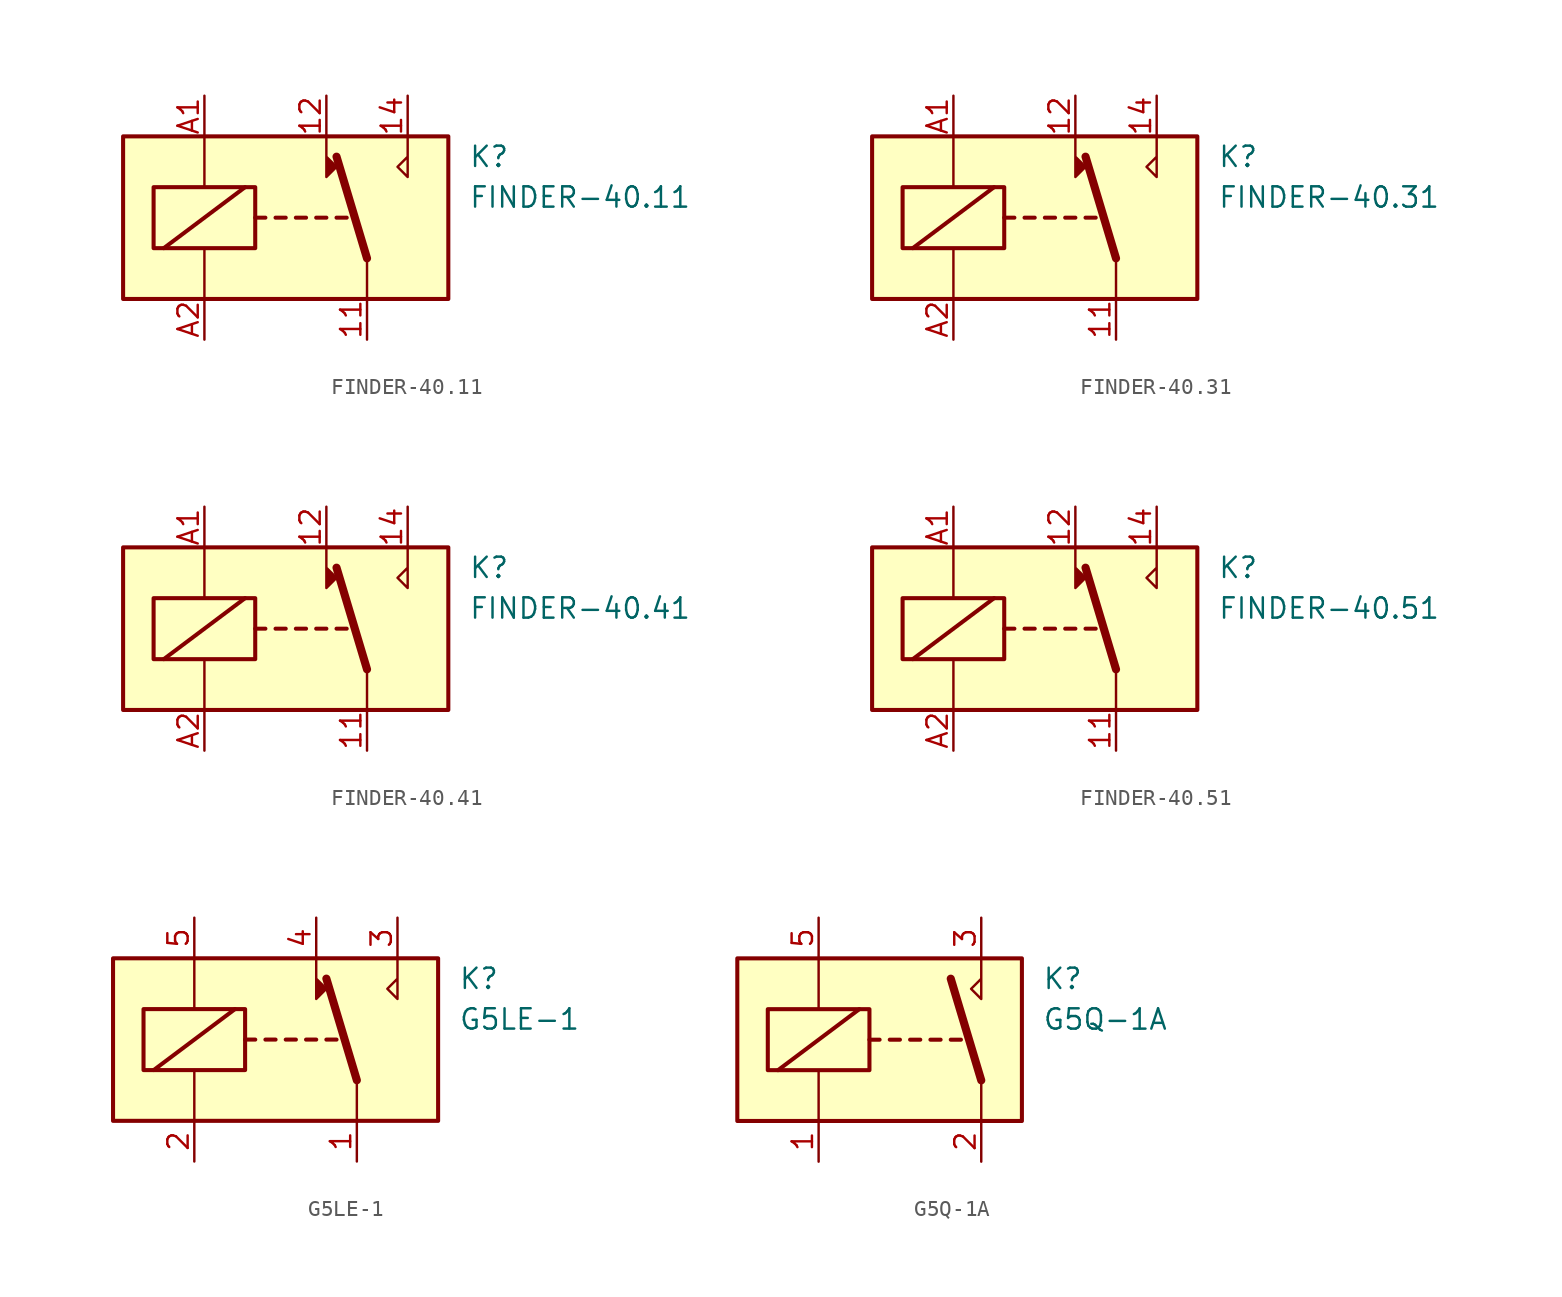
<source format=kicad_sym>
(kicad_symbol_lib
  (version 20200908)
  (generator kicad_symbol_editor)
  (symbol "Relay:FINDER-40.11"
    (property "Reference" "K"
      (at 11.43 3.81 0)
      (effects (font (size 1.27 1.27)) (justify left)))
    (property "Value" "FINDER-40.11"
      (at 11.43 1.27 0)
      (effects (font (size 1.27 1.27)) (justify left)))
    (symbol "FINDER-40.11_0_1"
      (rectangle (start -10.16 5.08) (end 10.16 -5.08) (stroke (width 0.254)) (fill (type background)))
      (rectangle (start -8.255 1.905) (end -1.905 -1.905) (stroke (width 0.254)) (fill (type none)))
      (polyline (pts (xy -7.62 -1.905) (xy -2.54 1.905)) (stroke (width 0.254)) (fill (type none)))
      (polyline (pts (xy -5.08 -5.08) (xy -5.08 -1.905)) (stroke (width 0)) (fill (type none)))
      (polyline (pts (xy -5.08 5.08) (xy -5.08 1.905)) (stroke (width 0)) (fill (type none)))
      (polyline (pts (xy -1.905 0) (xy -1.27 0)) (stroke (width 0.254)) (fill (type none)))
      (polyline (pts (xy -0.635 0) (xy 0 0)) (stroke (width 0.254)) (fill (type none)))
      (polyline (pts (xy 0.635 0) (xy 1.27 0)) (stroke (width 0.254)) (fill (type none)))
      (polyline (pts (xy 1.905 0) (xy 2.54 0)) (stroke (width 0.254)) (fill (type none)))
      (polyline (pts (xy 3.175 0) (xy 3.81 0)) (stroke (width 0.254)) (fill (type none)))
      (polyline (pts (xy 5.08 -2.54) (xy 3.175 3.81)) (stroke (width 0.508)) (fill (type none)))
      (polyline (pts (xy 5.08 -2.54) (xy 5.08 -5.08)) (stroke (width 0)) (fill (type none)))
      (polyline (pts (xy 2.54 5.08) (xy 2.54 2.54) (xy 3.175 3.175) (xy 2.54 3.81)) (stroke (width 0)) (fill (type outline))))
    (symbol "FINDER-40.11_0_0"
      (polyline (pts (xy 7.62 5.08) (xy 7.62 2.54) (xy 6.985 3.175) (xy 7.62 3.81)) (stroke (width 0)) (fill (type none))))
    (symbol "FINDER-40.11_1_1"
      (pin passive line (at 5.08 -7.62 90) (length 2.54) (name "~" (effects (font (size 1.27 1.27)))) (number "11" (effects (font (size 1.27 1.27)))))
      (pin passive line (at 2.54 7.62 270) (length 2.54) (name "~" (effects (font (size 1.27 1.27)))) (number "12" (effects (font (size 1.27 1.27)))))
      (pin passive line (at 7.62 7.62 270) (length 2.54) (name "~" (effects (font (size 1.27 1.27)))) (number "14" (effects (font (size 1.27 1.27)))))
      (pin passive line (at -5.08 7.62 270) (length 2.54) (name "~" (effects (font (size 1.27 1.27)))) (number "A1" (effects (font (size 1.27 1.27)))))
      (pin passive line (at -5.08 -7.62 90) (length 2.54) (name "~" (effects (font (size 1.27 1.27)))) (number "A2" (effects (font (size 1.27 1.27)))))))
  (symbol "Relay:FINDER-40.31"
    (property "Reference" "K"
      (at 11.43 3.81 0)
      (effects (font (size 1.27 1.27)) (justify left)))
    (property "Value" "FINDER-40.31"
      (at 11.43 1.27 0)
      (effects (font (size 1.27 1.27)) (justify left)))
    (symbol "FINDER-40.31_0_1"
      (rectangle (start -10.16 5.08) (end 10.16 -5.08) (stroke (width 0.254)) (fill (type background)))
      (rectangle (start -8.255 1.905) (end -1.905 -1.905) (stroke (width 0.254)) (fill (type none)))
      (polyline (pts (xy -7.62 -1.905) (xy -2.54 1.905)) (stroke (width 0.254)) (fill (type none)))
      (polyline (pts (xy -5.08 -5.08) (xy -5.08 -1.905)) (stroke (width 0)) (fill (type none)))
      (polyline (pts (xy -5.08 5.08) (xy -5.08 1.905)) (stroke (width 0)) (fill (type none)))
      (polyline (pts (xy -1.905 0) (xy -1.27 0)) (stroke (width 0.254)) (fill (type none)))
      (polyline (pts (xy -0.635 0) (xy 0 0)) (stroke (width 0.254)) (fill (type none)))
      (polyline (pts (xy 0.635 0) (xy 1.27 0)) (stroke (width 0.254)) (fill (type none)))
      (polyline (pts (xy 1.905 0) (xy 2.54 0)) (stroke (width 0.254)) (fill (type none)))
      (polyline (pts (xy 3.175 0) (xy 3.81 0)) (stroke (width 0.254)) (fill (type none)))
      (polyline (pts (xy 5.08 -2.54) (xy 3.175 3.81)) (stroke (width 0.508)) (fill (type none)))
      (polyline (pts (xy 5.08 -2.54) (xy 5.08 -5.08)) (stroke (width 0)) (fill (type none)))
      (polyline (pts (xy 2.54 5.08) (xy 2.54 2.54) (xy 3.175 3.175) (xy 2.54 3.81)) (stroke (width 0)) (fill (type outline))))
    (symbol "FINDER-40.31_0_0"
      (polyline (pts (xy 7.62 5.08) (xy 7.62 2.54) (xy 6.985 3.175) (xy 7.62 3.81)) (stroke (width 0)) (fill (type none))))
    (symbol "FINDER-40.31_1_1"
      (pin passive line (at 5.08 -7.62 90) (length 2.54) (name "~" (effects (font (size 1.27 1.27)))) (number "11" (effects (font (size 1.27 1.27)))))
      (pin passive line (at 2.54 7.62 270) (length 2.54) (name "~" (effects (font (size 1.27 1.27)))) (number "12" (effects (font (size 1.27 1.27)))))
      (pin passive line (at 7.62 7.62 270) (length 2.54) (name "~" (effects (font (size 1.27 1.27)))) (number "14" (effects (font (size 1.27 1.27)))))
      (pin passive line (at -5.08 7.62 270) (length 2.54) (name "~" (effects (font (size 1.27 1.27)))) (number "A1" (effects (font (size 1.27 1.27)))))
      (pin passive line (at -5.08 -7.62 90) (length 2.54) (name "~" (effects (font (size 1.27 1.27)))) (number "A2" (effects (font (size 1.27 1.27)))))))
  (symbol "Relay:FINDER-40.41"
    (property "Reference" "K"
      (at 11.43 3.81 0)
      (effects (font (size 1.27 1.27)) (justify left)))
    (property "Value" "FINDER-40.41"
      (at 11.43 1.27 0)
      (effects (font (size 1.27 1.27)) (justify left)))
    (symbol "FINDER-40.41_0_1"
      (rectangle (start -10.16 5.08) (end 10.16 -5.08) (stroke (width 0.254)) (fill (type background)))
      (rectangle (start -8.255 1.905) (end -1.905 -1.905) (stroke (width 0.254)) (fill (type none)))
      (polyline (pts (xy -7.62 -1.905) (xy -2.54 1.905)) (stroke (width 0.254)) (fill (type none)))
      (polyline (pts (xy -5.08 -5.08) (xy -5.08 -1.905)) (stroke (width 0)) (fill (type none)))
      (polyline (pts (xy -5.08 5.08) (xy -5.08 1.905)) (stroke (width 0)) (fill (type none)))
      (polyline (pts (xy -1.905 0) (xy -1.27 0)) (stroke (width 0.254)) (fill (type none)))
      (polyline (pts (xy -0.635 0) (xy 0 0)) (stroke (width 0.254)) (fill (type none)))
      (polyline (pts (xy 0.635 0) (xy 1.27 0)) (stroke (width 0.254)) (fill (type none)))
      (polyline (pts (xy 1.905 0) (xy 2.54 0)) (stroke (width 0.254)) (fill (type none)))
      (polyline (pts (xy 3.175 0) (xy 3.81 0)) (stroke (width 0.254)) (fill (type none)))
      (polyline (pts (xy 5.08 -2.54) (xy 3.175 3.81)) (stroke (width 0.508)) (fill (type none)))
      (polyline (pts (xy 5.08 -2.54) (xy 5.08 -5.08)) (stroke (width 0)) (fill (type none)))
      (polyline (pts (xy 2.54 5.08) (xy 2.54 2.54) (xy 3.175 3.175) (xy 2.54 3.81)) (stroke (width 0)) (fill (type outline))))
    (symbol "FINDER-40.41_0_0"
      (polyline (pts (xy 7.62 5.08) (xy 7.62 2.54) (xy 6.985 3.175) (xy 7.62 3.81)) (stroke (width 0)) (fill (type none))))
    (symbol "FINDER-40.41_1_1"
      (pin passive line (at 5.08 -7.62 90) (length 2.54) (name "~" (effects (font (size 1.27 1.27)))) (number "11" (effects (font (size 1.27 1.27)))))
      (pin passive line (at 2.54 7.62 270) (length 2.54) (name "~" (effects (font (size 1.27 1.27)))) (number "12" (effects (font (size 1.27 1.27)))))
      (pin passive line (at 7.62 7.62 270) (length 2.54) (name "~" (effects (font (size 1.27 1.27)))) (number "14" (effects (font (size 1.27 1.27)))))
      (pin passive line (at -5.08 7.62 270) (length 2.54) (name "~" (effects (font (size 1.27 1.27)))) (number "A1" (effects (font (size 1.27 1.27)))))
      (pin passive line (at -5.08 -7.62 90) (length 2.54) (name "~" (effects (font (size 1.27 1.27)))) (number "A2" (effects (font (size 1.27 1.27)))))))
  (symbol "Relay:FINDER-40.51"
    (property "Reference" "K"
      (at 11.43 3.81 0)
      (effects (font (size 1.27 1.27)) (justify left)))
    (property "Value" "FINDER-40.51"
      (at 11.43 1.27 0)
      (effects (font (size 1.27 1.27)) (justify left)))
    (symbol "FINDER-40.51_0_1"
      (rectangle (start -10.16 5.08) (end 10.16 -5.08) (stroke (width 0.254)) (fill (type background)))
      (rectangle (start -8.255 1.905) (end -1.905 -1.905) (stroke (width 0.254)) (fill (type none)))
      (polyline (pts (xy -7.62 -1.905) (xy -2.54 1.905)) (stroke (width 0.254)) (fill (type none)))
      (polyline (pts (xy -5.08 -5.08) (xy -5.08 -1.905)) (stroke (width 0)) (fill (type none)))
      (polyline (pts (xy -5.08 5.08) (xy -5.08 1.905)) (stroke (width 0)) (fill (type none)))
      (polyline (pts (xy -1.905 0) (xy -1.27 0)) (stroke (width 0.254)) (fill (type none)))
      (polyline (pts (xy -0.635 0) (xy 0 0)) (stroke (width 0.254)) (fill (type none)))
      (polyline (pts (xy 0.635 0) (xy 1.27 0)) (stroke (width 0.254)) (fill (type none)))
      (polyline (pts (xy 1.905 0) (xy 2.54 0)) (stroke (width 0.254)) (fill (type none)))
      (polyline (pts (xy 3.175 0) (xy 3.81 0)) (stroke (width 0.254)) (fill (type none)))
      (polyline (pts (xy 5.08 -2.54) (xy 3.175 3.81)) (stroke (width 0.508)) (fill (type none)))
      (polyline (pts (xy 5.08 -2.54) (xy 5.08 -5.08)) (stroke (width 0)) (fill (type none)))
      (polyline (pts (xy 2.54 5.08) (xy 2.54 2.54) (xy 3.175 3.175) (xy 2.54 3.81)) (stroke (width 0)) (fill (type outline))))
    (symbol "FINDER-40.51_0_0"
      (polyline (pts (xy 7.62 5.08) (xy 7.62 2.54) (xy 6.985 3.175) (xy 7.62 3.81)) (stroke (width 0)) (fill (type none))))
    (symbol "FINDER-40.51_1_1"
      (pin passive line (at 5.08 -7.62 90) (length 2.54) (name "~" (effects (font (size 1.27 1.27)))) (number "11" (effects (font (size 1.27 1.27)))))
      (pin passive line (at 2.54 7.62 270) (length 2.54) (name "~" (effects (font (size 1.27 1.27)))) (number "12" (effects (font (size 1.27 1.27)))))
      (pin passive line (at 7.62 7.62 270) (length 2.54) (name "~" (effects (font (size 1.27 1.27)))) (number "14" (effects (font (size 1.27 1.27)))))
      (pin passive line (at -5.08 7.62 270) (length 2.54) (name "~" (effects (font (size 1.27 1.27)))) (number "A1" (effects (font (size 1.27 1.27)))))
      (pin passive line (at -5.08 -7.62 90) (length 2.54) (name "~" (effects (font (size 1.27 1.27)))) (number "A2" (effects (font (size 1.27 1.27)))))))
  (symbol "Relay:G5LE-1"
    (property "Reference" "K"
      (at 11.43 3.81 0)
      (effects (font (size 1.27 1.27)) (justify left)))
    (property "Value" "G5LE-1"
      (at 11.43 1.27 0)
      (effects (font (size 1.27 1.27)) (justify left)))
    (symbol "G5LE-1_0_1"
      (rectangle (start -10.16 5.08) (end 10.16 -5.08) (stroke (width 0.254)) (fill (type background)))
      (rectangle (start -8.255 1.905) (end -1.905 -1.905) (stroke (width 0.254)) (fill (type none)))
      (polyline (pts (xy -7.62 -1.905) (xy -2.54 1.905)) (stroke (width 0.254)) (fill (type none)))
      (polyline (pts (xy -5.08 -5.08) (xy -5.08 -1.905)) (stroke (width 0)) (fill (type none)))
      (polyline (pts (xy -5.08 5.08) (xy -5.08 1.905)) (stroke (width 0)) (fill (type none)))
      (polyline (pts (xy -1.905 0) (xy -1.27 0)) (stroke (width 0.254)) (fill (type none)))
      (polyline (pts (xy -0.635 0) (xy 0 0)) (stroke (width 0.254)) (fill (type none)))
      (polyline (pts (xy 0.635 0) (xy 1.27 0)) (stroke (width 0.254)) (fill (type none)))
      (polyline (pts (xy 1.905 0) (xy 2.54 0)) (stroke (width 0.254)) (fill (type none)))
      (polyline (pts (xy 3.175 0) (xy 3.81 0)) (stroke (width 0.254)) (fill (type none)))
      (polyline (pts (xy 5.08 -2.54) (xy 3.175 3.81)) (stroke (width 0.508)) (fill (type none)))
      (polyline (pts (xy 5.08 -2.54) (xy 5.08 -5.08)) (stroke (width 0)) (fill (type none)))
      (polyline (pts (xy 2.54 5.08) (xy 2.54 2.54) (xy 3.175 3.175) (xy 2.54 3.81)) (stroke (width 0)) (fill (type outline))))
    (symbol "G5LE-1_0_0"
      (polyline (pts (xy 7.62 5.08) (xy 7.62 2.54) (xy 6.985 3.175) (xy 7.62 3.81)) (stroke (width 0)) (fill (type none))))
    (symbol "G5LE-1_1_1"
      (pin passive line (at 5.08 -7.62 90) (length 2.54) (name "~" (effects (font (size 1.27 1.27)))) (number "1" (effects (font (size 1.27 1.27)))))
      (pin passive line (at -5.08 -7.62 90) (length 2.54) (name "~" (effects (font (size 1.27 1.27)))) (number "2" (effects (font (size 1.27 1.27)))))
      (pin passive line (at 7.62 7.62 270) (length 2.54) (name "~" (effects (font (size 1.27 1.27)))) (number "3" (effects (font (size 1.27 1.27)))))
      (pin passive line (at 2.54 7.62 270) (length 2.54) (name "~" (effects (font (size 1.27 1.27)))) (number "4" (effects (font (size 1.27 1.27)))))
      (pin passive line (at -5.08 7.62 270) (length 2.54) (name "~" (effects (font (size 1.27 1.27)))) (number "5" (effects (font (size 1.27 1.27)))))))
  (symbol "Relay:G5Q-1A"
    (property "Reference" "K"
      (at 8.89 3.81 0)
      (effects (font (size 1.27 1.27)) (justify left)))
    (property "Value" "G5Q-1A"
      (at 8.89 1.27 0)
      (effects (font (size 1.27 1.27)) (justify left)))
    (symbol "G5Q-1A_0_1"
      (rectangle (start -10.16 5.08) (end 7.62 -5.08) (stroke (width 0.254)) (fill (type background)))
      (rectangle (start -8.255 1.905) (end -1.905 -1.905) (stroke (width 0.254)) (fill (type none)))
      (polyline (pts (xy -7.62 -1.905) (xy -2.54 1.905)) (stroke (width 0.254)) (fill (type none)))
      (polyline (pts (xy -5.08 -5.08) (xy -5.08 -1.905)) (stroke (width 0)) (fill (type none)))
      (polyline (pts (xy -5.08 5.08) (xy -5.08 1.905)) (stroke (width 0)) (fill (type none)))
      (polyline (pts (xy -1.905 0) (xy -1.27 0)) (stroke (width 0.254)) (fill (type none)))
      (polyline (pts (xy -0.635 0) (xy 0 0)) (stroke (width 0.254)) (fill (type none)))
      (polyline (pts (xy 0.635 0) (xy 1.27 0)) (stroke (width 0.254)) (fill (type none)))
      (polyline (pts (xy 1.905 0) (xy 2.54 0)) (stroke (width 0.254)) (fill (type none)))
      (polyline (pts (xy 3.175 0) (xy 3.81 0)) (stroke (width 0.254)) (fill (type none)))
      (polyline (pts (xy 5.08 -2.54) (xy 3.175 3.81)) (stroke (width 0.508)) (fill (type none)))
      (polyline (pts (xy 5.08 -2.54) (xy 5.08 -5.08)) (stroke (width 0)) (fill (type none))))
    (symbol "G5Q-1A_0_0"
      (polyline (pts (xy 5.08 5.08) (xy 5.08 2.54) (xy 4.445 3.175) (xy 5.08 3.81)) (stroke (width 0)) (fill (type none))))
    (symbol "G5Q-1A_1_1"
      (pin passive line (at -5.08 -7.62 90) (length 2.54) (name "~" (effects (font (size 1.27 1.27)))) (number "1" (effects (font (size 1.27 1.27)))))
      (pin passive line (at 5.08 -7.62 90) (length 2.54) (name "~" (effects (font (size 1.27 1.27)))) (number "2" (effects (font (size 1.27 1.27)))))
      (pin passive line (at 5.08 7.62 270) (length 2.54) (name "~" (effects (font (size 1.27 1.27)))) (number "3" (effects (font (size 1.27 1.27)))))
      (pin passive line (at -5.08 7.62 270) (length 2.54) (name "~" (effects (font (size 1.27 1.27)))) (number "5" (effects (font (size 1.27 1.27))))))))
</source>
